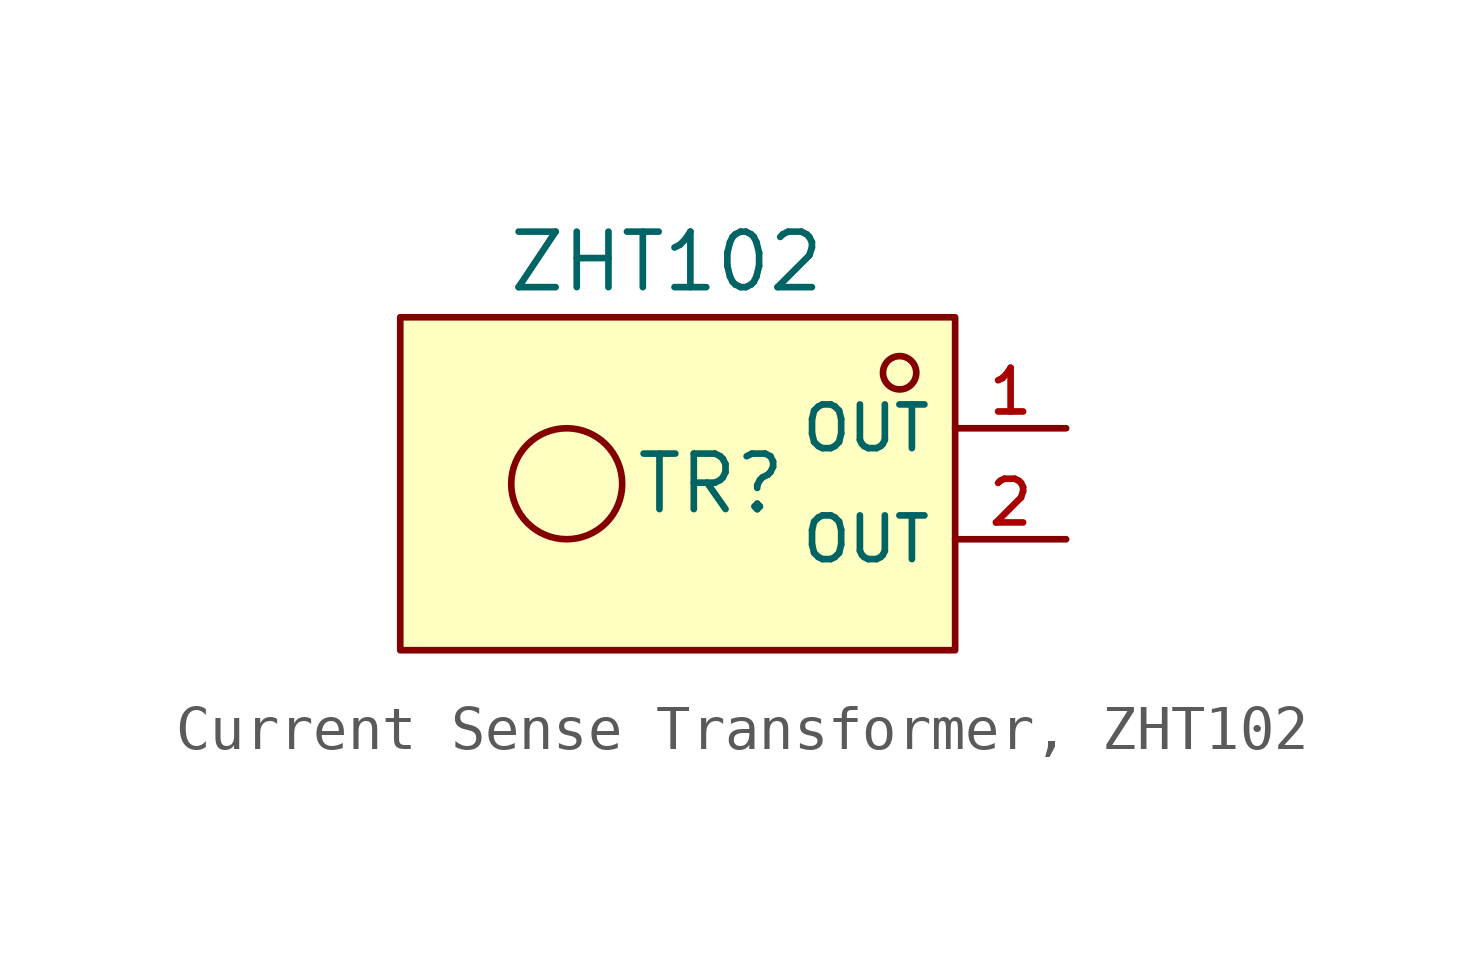
<source format=kicad_sym>
(kicad_symbol_lib
  (version 20231120)
  (generator "CDFER_Archive_Tool")
  (generator_version "0.0")
  (symbol "Current Sense Transformer, ZHT102"
    (property "Reference" "TR"
      (at -0.508 1.27 0)
      (effects (font (size 1.27 1.27))))
    (property "Value" "ZHT102"
      (at -1.524 6.35 0)
      (effects (font (size 1.27 1.27))))
    (symbol "Current Sense Transformer, ZHT102_0_1"
      (rectangle (start -7.62 5.08) (end 5.08 -2.54) (stroke (width 0) (type default)) (fill (type background)))
      (circle (center -3.81 1.27) (radius 1.27) (stroke (width 0) (type default)) (fill (type background)))
      (circle (center 3.81 3.81) (radius 0.381) (stroke (width 0) (type default)) (fill (type background)))
      (pin unspecified line (at 7.62 2.54 180) (length 2.54) (name "OUT" (effects (font (size 1 1)))) (number "1" (effects (font (size 1 1)))))
      (pin unspecified line (at 7.62 0 180) (length 2.54) (name "OUT" (effects (font (size 1 1)))) (number "2" (effects (font (size 1 1))))))))
</source>
